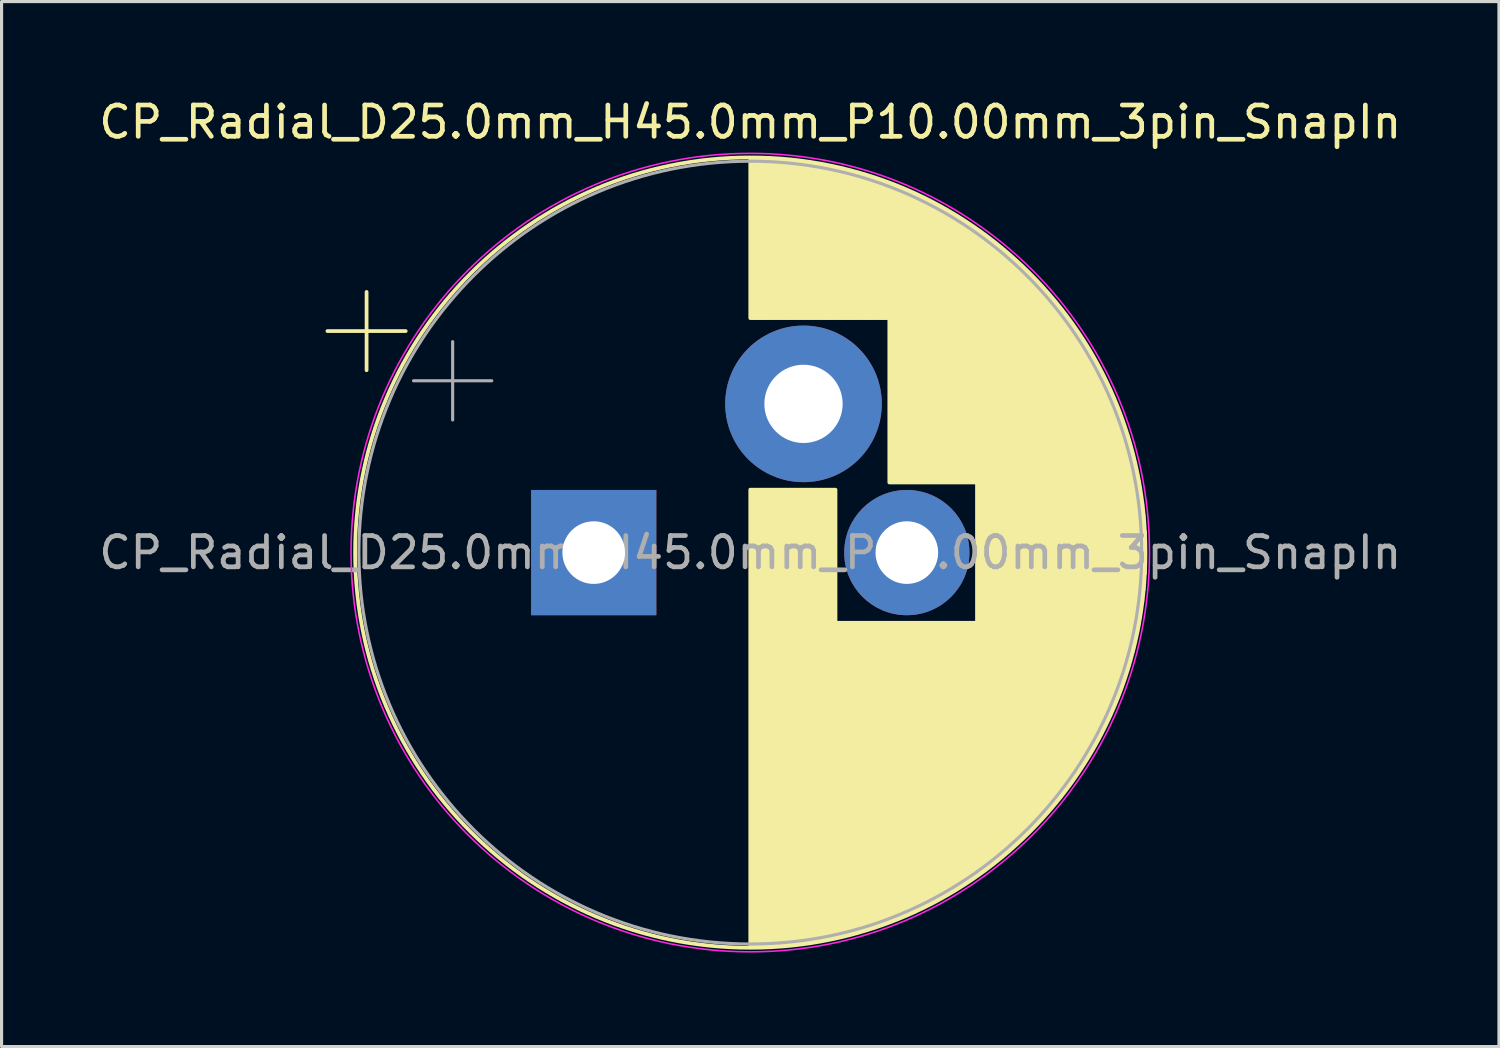
<source format=kicad_pcb>
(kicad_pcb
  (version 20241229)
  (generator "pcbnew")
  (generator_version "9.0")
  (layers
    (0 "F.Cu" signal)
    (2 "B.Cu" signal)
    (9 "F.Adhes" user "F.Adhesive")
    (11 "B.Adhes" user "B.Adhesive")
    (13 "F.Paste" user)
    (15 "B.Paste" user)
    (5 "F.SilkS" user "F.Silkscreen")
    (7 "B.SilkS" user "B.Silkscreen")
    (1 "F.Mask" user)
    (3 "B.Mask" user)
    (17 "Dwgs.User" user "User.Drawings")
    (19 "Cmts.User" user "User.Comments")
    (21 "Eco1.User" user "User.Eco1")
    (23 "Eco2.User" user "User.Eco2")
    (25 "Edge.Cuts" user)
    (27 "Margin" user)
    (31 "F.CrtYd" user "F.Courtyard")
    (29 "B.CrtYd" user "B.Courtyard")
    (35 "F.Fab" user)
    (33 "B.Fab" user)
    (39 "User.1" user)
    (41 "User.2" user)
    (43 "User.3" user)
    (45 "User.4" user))
  (footprint "CP_Radial_D25.0mm_H45.0mm_P10.00mm_3pin_SnapIn"
    (layer "F.Cu")
    (at 15.911 14.598)
    (property "Reference" "CP_Radial_D25.0mm_H45.0mm_P10.00mm_3pin_SnapIn" (at 5 -13.75 0) (layer "F.SilkS") (effects (font (size 1 1) (thickness 0.15))))
    (attr through_hole)
    (fp_line (start -8.504 -7.075) (end -6.004 -7.075) (stroke (width 0.12) (type solid)) (layer "F.SilkS"))
    (fp_line (start -7.254 -8.325) (end -7.254 -5.825) (stroke (width 0.12) (type solid)) (layer "F.SilkS"))
    (fp_line (start 5 -12.581) (end 5 -7.49) (stroke (width 0.12) (type solid)) (layer "F.SilkS"))
    (fp_line (start 5 -2.01) (end 5 12.581) (stroke (width 0.12) (type solid)) (layer "F.SilkS"))
    (fp_line (start 5.04 -12.58) (end 5.04 -7.49) (stroke (width 0.12) (type solid)) (layer "F.SilkS"))
    (fp_line (start 5.04 -2.01) (end 5.04 12.58) (stroke (width 0.12) (type solid)) (layer "F.SilkS"))
    (fp_line (start 5.08 -12.58) (end 5.08 -7.49) (stroke (width 0.12) (type solid)) (layer "F.SilkS"))
    (fp_line (start 5.08 -2.01) (end 5.08 12.58) (stroke (width 0.12) (type solid)) (layer "F.SilkS"))
    (fp_line (start 5.12 -12.58) (end 5.12 -7.49) (stroke (width 0.12) (type solid)) (layer "F.SilkS"))
    (fp_line (start 5.12 -2.01) (end 5.12 12.58) (stroke (width 0.12) (type solid)) (layer "F.SilkS"))
    (fp_line (start 5.16 -12.579) (end 5.16 -7.49) (stroke (width 0.12) (type solid)) (layer "F.SilkS"))
    (fp_line (start 5.16 -2.01) (end 5.16 12.579) (stroke (width 0.12) (type solid)) (layer "F.SilkS"))
    (fp_line (start 5.2 -12.579) (end 5.2 -7.49) (stroke (width 0.12) (type solid)) (layer "F.SilkS"))
    (fp_line (start 5.2 -2.01) (end 5.2 12.579) (stroke (width 0.12) (type solid)) (layer "F.SilkS"))
    (fp_line (start 5.24 -12.578) (end 5.24 -7.49) (stroke (width 0.12) (type solid)) (layer "F.SilkS"))
    (fp_line (start 5.24 -2.01) (end 5.24 12.578) (stroke (width 0.12) (type solid)) (layer "F.SilkS"))
    (fp_line (start 5.28 -12.577) (end 5.28 -7.49) (stroke (width 0.12) (type solid)) (layer "F.SilkS"))
    (fp_line (start 5.28 -2.01) (end 5.28 12.577) (stroke (width 0.12) (type solid)) (layer "F.SilkS"))
    (fp_line (start 5.32 -12.576) (end 5.32 -7.49) (stroke (width 0.12) (type solid)) (layer "F.SilkS"))
    (fp_line (start 5.32 -2.01) (end 5.32 12.576) (stroke (width 0.12) (type solid)) (layer "F.SilkS"))
    (fp_line (start 5.36 -12.575) (end 5.36 -7.49) (stroke (width 0.12) (type solid)) (layer "F.SilkS"))
    (fp_line (start 5.36 -2.01) (end 5.36 12.575) (stroke (width 0.12) (type solid)) (layer "F.SilkS"))
    (fp_line (start 5.4 -12.574) (end 5.4 -7.49) (stroke (width 0.12) (type solid)) (layer "F.SilkS"))
    (fp_line (start 5.4 -2.01) (end 5.4 12.574) (stroke (width 0.12) (type solid)) (layer "F.SilkS"))
    (fp_line (start 5.44 -12.573) (end 5.44 -7.49) (stroke (width 0.12) (type solid)) (layer "F.SilkS"))
    (fp_line (start 5.44 -2.01) (end 5.44 12.573) (stroke (width 0.12) (type solid)) (layer "F.SilkS"))
    (fp_line (start 5.48 -12.571) (end 5.48 -7.49) (stroke (width 0.12) (type solid)) (layer "F.SilkS"))
    (fp_line (start 5.48 -2.01) (end 5.48 12.571) (stroke (width 0.12) (type solid)) (layer "F.SilkS"))
    (fp_line (start 5.52 -12.57) (end 5.52 -7.49) (stroke (width 0.12) (type solid)) (layer "F.SilkS"))
    (fp_line (start 5.52 -2.01) (end 5.52 12.57) (stroke (width 0.12) (type solid)) (layer "F.SilkS"))
    (fp_line (start 5.56 -12.568) (end 5.56 -7.49) (stroke (width 0.12) (type solid)) (layer "F.SilkS"))
    (fp_line (start 5.56 -2.01) (end 5.56 12.568) (stroke (width 0.12) (type solid)) (layer "F.SilkS"))
    (fp_line (start 5.6 -12.566) (end 5.6 -7.49) (stroke (width 0.12) (type solid)) (layer "F.SilkS"))
    (fp_line (start 5.6 -2.01) (end 5.6 12.566) (stroke (width 0.12) (type solid)) (layer "F.SilkS"))
    (fp_line (start 5.64 -12.564) (end 5.64 -7.49) (stroke (width 0.12) (type solid)) (layer "F.SilkS"))
    (fp_line (start 5.64 -2.01) (end 5.64 12.564) (stroke (width 0.12) (type solid)) (layer "F.SilkS"))
    (fp_line (start 5.68 -12.562) (end 5.68 -7.49) (stroke (width 0.12) (type solid)) (layer "F.SilkS"))
    (fp_line (start 5.68 -2.01) (end 5.68 12.562) (stroke (width 0.12) (type solid)) (layer "F.SilkS"))
    (fp_line (start 5.721 -12.56) (end 5.721 -7.49) (stroke (width 0.12) (type solid)) (layer "F.SilkS"))
    (fp_line (start 5.721 -2.01) (end 5.721 12.56) (stroke (width 0.12) (type solid)) (layer "F.SilkS"))
    (fp_line (start 5.761 -12.558) (end 5.761 -7.49) (stroke (width 0.12) (type solid)) (layer "F.SilkS"))
    (fp_line (start 5.761 -2.01) (end 5.761 12.558) (stroke (width 0.12) (type solid)) (layer "F.SilkS"))
    (fp_line (start 5.801 -12.555) (end 5.801 -7.49) (stroke (width 0.12) (type solid)) (layer "F.SilkS"))
    (fp_line (start 5.801 -2.01) (end 5.801 12.555) (stroke (width 0.12) (type solid)) (layer "F.SilkS"))
    (fp_line (start 5.841 -12.553) (end 5.841 -7.49) (stroke (width 0.12) (type solid)) (layer "F.SilkS"))
    (fp_line (start 5.841 -2.01) (end 5.841 12.553) (stroke (width 0.12) (type solid)) (layer "F.SilkS"))
    (fp_line (start 5.881 -12.55) (end 5.881 -7.49) (stroke (width 0.12) (type solid)) (layer "F.SilkS"))
    (fp_line (start 5.881 -2.01) (end 5.881 12.55) (stroke (width 0.12) (type solid)) (layer "F.SilkS"))
    (fp_line (start 5.921 -12.547) (end 5.921 -7.49) (stroke (width 0.12) (type solid)) (layer "F.SilkS"))
    (fp_line (start 5.921 -2.01) (end 5.921 12.547) (stroke (width 0.12) (type solid)) (layer "F.SilkS"))
    (fp_line (start 5.961 -12.544) (end 5.961 -7.49) (stroke (width 0.12) (type solid)) (layer "F.SilkS"))
    (fp_line (start 5.961 -2.01) (end 5.961 12.544) (stroke (width 0.12) (type solid)) (layer "F.SilkS"))
    (fp_line (start 6.001 -12.541) (end 6.001 -7.49) (stroke (width 0.12) (type solid)) (layer "F.SilkS"))
    (fp_line (start 6.001 -2.01) (end 6.001 12.541) (stroke (width 0.12) (type solid)) (layer "F.SilkS"))
    (fp_line (start 6.041 -12.538) (end 6.041 -7.49) (stroke (width 0.12) (type solid)) (layer "F.SilkS"))
    (fp_line (start 6.041 -2.01) (end 6.041 12.538) (stroke (width 0.12) (type solid)) (layer "F.SilkS"))
    (fp_line (start 6.081 -12.534) (end 6.081 -7.49) (stroke (width 0.12) (type solid)) (layer "F.SilkS"))
    (fp_line (start 6.081 -2.01) (end 6.081 12.534) (stroke (width 0.12) (type solid)) (layer "F.SilkS"))
    (fp_line (start 6.121 -12.531) (end 6.121 -7.49) (stroke (width 0.12) (type solid)) (layer "F.SilkS"))
    (fp_line (start 6.121 -2.01) (end 6.121 12.531) (stroke (width 0.12) (type solid)) (layer "F.SilkS"))
    (fp_line (start 6.161 -12.527) (end 6.161 -7.49) (stroke (width 0.12) (type solid)) (layer "F.SilkS"))
    (fp_line (start 6.161 -2.01) (end 6.161 12.527) (stroke (width 0.12) (type solid)) (layer "F.SilkS"))
    (fp_line (start 6.201 -12.523) (end 6.201 -7.49) (stroke (width 0.12) (type solid)) (layer "F.SilkS"))
    (fp_line (start 6.201 -2.01) (end 6.201 12.523) (stroke (width 0.12) (type solid)) (layer "F.SilkS"))
    (fp_line (start 6.241 -12.519) (end 6.241 -7.49) (stroke (width 0.12) (type solid)) (layer "F.SilkS"))
    (fp_line (start 6.241 -2.01) (end 6.241 12.519) (stroke (width 0.12) (type solid)) (layer "F.SilkS"))
    (fp_line (start 6.281 -12.515) (end 6.281 -7.49) (stroke (width 0.12) (type solid)) (layer "F.SilkS"))
    (fp_line (start 6.281 -2.01) (end 6.281 12.515) (stroke (width 0.12) (type solid)) (layer "F.SilkS"))
    (fp_line (start 6.321 -12.511) (end 6.321 -7.49) (stroke (width 0.12) (type solid)) (layer "F.SilkS"))
    (fp_line (start 6.321 -2.01) (end 6.321 12.511) (stroke (width 0.12) (type solid)) (layer "F.SilkS"))
    (fp_line (start 6.361 -12.507) (end 6.361 -7.49) (stroke (width 0.12) (type solid)) (layer "F.SilkS"))
    (fp_line (start 6.361 -2.01) (end 6.361 12.507) (stroke (width 0.12) (type solid)) (layer "F.SilkS"))
    (fp_line (start 6.401 -12.503) (end 6.401 -7.49) (stroke (width 0.12) (type solid)) (layer "F.SilkS"))
    (fp_line (start 6.401 -2.01) (end 6.401 12.503) (stroke (width 0.12) (type solid)) (layer "F.SilkS"))
    (fp_line (start 6.441 -12.498) (end 6.441 -7.49) (stroke (width 0.12) (type solid)) (layer "F.SilkS"))
    (fp_line (start 6.441 -2.01) (end 6.441 12.498) (stroke (width 0.12) (type solid)) (layer "F.SilkS"))
    (fp_line (start 6.481 -12.493) (end 6.481 -7.49) (stroke (width 0.12) (type solid)) (layer "F.SilkS"))
    (fp_line (start 6.481 -2.01) (end 6.481 12.493) (stroke (width 0.12) (type solid)) (layer "F.SilkS"))
    (fp_line (start 6.521 -12.489) (end 6.521 -7.49) (stroke (width 0.12) (type solid)) (layer "F.SilkS"))
    (fp_line (start 6.521 -2.01) (end 6.521 12.489) (stroke (width 0.12) (type solid)) (layer "F.SilkS"))
    (fp_line (start 6.561 -12.484) (end 6.561 -7.49) (stroke (width 0.12) (type solid)) (layer "F.SilkS"))
    (fp_line (start 6.561 -2.01) (end 6.561 12.484) (stroke (width 0.12) (type solid)) (layer "F.SilkS"))
    (fp_line (start 6.601 -12.479) (end 6.601 -7.49) (stroke (width 0.12) (type solid)) (layer "F.SilkS"))
    (fp_line (start 6.601 -2.01) (end 6.601 12.479) (stroke (width 0.12) (type solid)) (layer "F.SilkS"))
    (fp_line (start 6.641 -12.473) (end 6.641 -7.49) (stroke (width 0.12) (type solid)) (layer "F.SilkS"))
    (fp_line (start 6.641 -2.01) (end 6.641 12.473) (stroke (width 0.12) (type solid)) (layer "F.SilkS"))
    (fp_line (start 6.681 -12.468) (end 6.681 -7.49) (stroke (width 0.12) (type solid)) (layer "F.SilkS"))
    (fp_line (start 6.681 -2.01) (end 6.681 12.468) (stroke (width 0.12) (type solid)) (layer "F.SilkS"))
    (fp_line (start 6.721 -12.463) (end 6.721 -7.49) (stroke (width 0.12) (type solid)) (layer "F.SilkS"))
    (fp_line (start 6.721 -2.01) (end 6.721 12.463) (stroke (width 0.12) (type solid)) (layer "F.SilkS"))
    (fp_line (start 6.761 -12.457) (end 6.761 -7.49) (stroke (width 0.12) (type solid)) (layer "F.SilkS"))
    (fp_line (start 6.761 -2.01) (end 6.761 12.457) (stroke (width 0.12) (type solid)) (layer "F.SilkS"))
    (fp_line (start 6.801 -12.451) (end 6.801 -7.49) (stroke (width 0.12) (type solid)) (layer "F.SilkS"))
    (fp_line (start 6.801 -2.01) (end 6.801 12.451) (stroke (width 0.12) (type solid)) (layer "F.SilkS"))
    (fp_line (start 6.841 -12.446) (end 6.841 -7.49) (stroke (width 0.12) (type solid)) (layer "F.SilkS"))
    (fp_line (start 6.841 -2.01) (end 6.841 12.446) (stroke (width 0.12) (type solid)) (layer "F.SilkS"))
    (fp_line (start 6.881 -12.44) (end 6.881 -7.49) (stroke (width 0.12) (type solid)) (layer "F.SilkS"))
    (fp_line (start 6.881 -2.01) (end 6.881 12.44) (stroke (width 0.12) (type solid)) (layer "F.SilkS"))
    (fp_line (start 6.921 -12.434) (end 6.921 -7.49) (stroke (width 0.12) (type solid)) (layer "F.SilkS"))
    (fp_line (start 6.921 -2.01) (end 6.921 12.434) (stroke (width 0.12) (type solid)) (layer "F.SilkS"))
    (fp_line (start 6.961 -12.427) (end 6.961 -7.49) (stroke (width 0.12) (type solid)) (layer "F.SilkS"))
    (fp_line (start 6.961 -2.01) (end 6.961 12.427) (stroke (width 0.12) (type solid)) (layer "F.SilkS"))
    (fp_line (start 7.001 -12.421) (end 7.001 -7.49) (stroke (width 0.12) (type solid)) (layer "F.SilkS"))
    (fp_line (start 7.001 -2.01) (end 7.001 12.421) (stroke (width 0.12) (type solid)) (layer "F.SilkS"))
    (fp_line (start 7.041 -12.415) (end 7.041 -7.49) (stroke (width 0.12) (type solid)) (layer "F.SilkS"))
    (fp_line (start 7.041 -2.01) (end 7.041 12.415) (stroke (width 0.12) (type solid)) (layer "F.SilkS"))
    (fp_line (start 7.081 -12.408) (end 7.081 -7.49) (stroke (width 0.12) (type solid)) (layer "F.SilkS"))
    (fp_line (start 7.081 -2.01) (end 7.081 12.408) (stroke (width 0.12) (type solid)) (layer "F.SilkS"))
    (fp_line (start 7.121 -12.401) (end 7.121 -7.49) (stroke (width 0.12) (type solid)) (layer "F.SilkS"))
    (fp_line (start 7.121 -2.01) (end 7.121 12.401) (stroke (width 0.12) (type solid)) (layer "F.SilkS"))
    (fp_line (start 7.161 -12.394) (end 7.161 -7.49) (stroke (width 0.12) (type solid)) (layer "F.SilkS"))
    (fp_line (start 7.161 -2.01) (end 7.161 12.394) (stroke (width 0.12) (type solid)) (layer "F.SilkS"))
    (fp_line (start 7.201 -12.387) (end 7.201 -7.49) (stroke (width 0.12) (type solid)) (layer "F.SilkS"))
    (fp_line (start 7.201 -2.01) (end 7.201 12.387) (stroke (width 0.12) (type solid)) (layer "F.SilkS"))
    (fp_line (start 7.241 -12.38) (end 7.241 -7.49) (stroke (width 0.12) (type solid)) (layer "F.SilkS"))
    (fp_line (start 7.241 -2.01) (end 7.241 12.38) (stroke (width 0.12) (type solid)) (layer "F.SilkS"))
    (fp_line (start 7.281 -12.373) (end 7.281 -7.49) (stroke (width 0.12) (type solid)) (layer "F.SilkS"))
    (fp_line (start 7.281 -2.01) (end 7.281 12.373) (stroke (width 0.12) (type solid)) (layer "F.SilkS"))
    (fp_line (start 7.321 -12.365) (end 7.321 -7.49) (stroke (width 0.12) (type solid)) (layer "F.SilkS"))
    (fp_line (start 7.321 -2.01) (end 7.321 12.365) (stroke (width 0.12) (type solid)) (layer "F.SilkS"))
    (fp_line (start 7.361 -12.358) (end 7.361 -7.49) (stroke (width 0.12) (type solid)) (layer "F.SilkS"))
    (fp_line (start 7.361 -2.01) (end 7.361 12.358) (stroke (width 0.12) (type solid)) (layer "F.SilkS"))
    (fp_line (start 7.401 -12.35) (end 7.401 -7.49) (stroke (width 0.12) (type solid)) (layer "F.SilkS"))
    (fp_line (start 7.401 -2.01) (end 7.401 12.35) (stroke (width 0.12) (type solid)) (layer "F.SilkS"))
    (fp_line (start 7.441 -12.342) (end 7.441 -7.49) (stroke (width 0.12) (type solid)) (layer "F.SilkS"))
    (fp_line (start 7.441 -2.01) (end 7.441 12.342) (stroke (width 0.12) (type solid)) (layer "F.SilkS"))
    (fp_line (start 7.481 -12.334) (end 7.481 -7.49) (stroke (width 0.12) (type solid)) (layer "F.SilkS"))
    (fp_line (start 7.481 -2.01) (end 7.481 12.334) (stroke (width 0.12) (type solid)) (layer "F.SilkS"))
    (fp_line (start 7.521 -12.326) (end 7.521 -7.49) (stroke (width 0.12) (type solid)) (layer "F.SilkS"))
    (fp_line (start 7.521 -2.01) (end 7.521 12.326) (stroke (width 0.12) (type solid)) (layer "F.SilkS"))
    (fp_line (start 7.561 -12.318) (end 7.561 -7.49) (stroke (width 0.12) (type solid)) (layer "F.SilkS"))
    (fp_line (start 7.561 -2.01) (end 7.561 12.318) (stroke (width 0.12) (type solid)) (layer "F.SilkS"))
    (fp_line (start 7.601 -12.31) (end 7.601 -7.49) (stroke (width 0.12) (type solid)) (layer "F.SilkS"))
    (fp_line (start 7.601 -2.01) (end 7.601 12.31) (stroke (width 0.12) (type solid)) (layer "F.SilkS"))
    (fp_line (start 7.641 -12.301) (end 7.641 -7.49) (stroke (width 0.12) (type solid)) (layer "F.SilkS"))
    (fp_line (start 7.641 -2.01) (end 7.641 12.301) (stroke (width 0.12) (type solid)) (layer "F.SilkS"))
    (fp_line (start 7.681 -12.293) (end 7.681 -7.49) (stroke (width 0.12) (type solid)) (layer "F.SilkS"))
    (fp_line (start 7.681 -2.01) (end 7.681 12.293) (stroke (width 0.12) (type solid)) (layer "F.SilkS"))
    (fp_line (start 7.721 -12.284) (end 7.721 -7.49) (stroke (width 0.12) (type solid)) (layer "F.SilkS"))
    (fp_line (start 7.721 -2.01) (end 7.721 12.284) (stroke (width 0.12) (type solid)) (layer "F.SilkS"))
    (fp_line (start 7.761 -12.275) (end 7.761 -7.49) (stroke (width 0.12) (type solid)) (layer "F.SilkS"))
    (fp_line (start 7.761 2.24) (end 7.761 12.275) (stroke (width 0.12) (type solid)) (layer "F.SilkS"))
    (fp_line (start 7.801 -12.266) (end 7.801 -7.49) (stroke (width 0.12) (type solid)) (layer "F.SilkS"))
    (fp_line (start 7.801 2.24) (end 7.801 12.266) (stroke (width 0.12) (type solid)) (layer "F.SilkS"))
    (fp_line (start 7.841 -12.257) (end 7.841 -7.49) (stroke (width 0.12) (type solid)) (layer "F.SilkS"))
    (fp_line (start 7.841 2.24) (end 7.841 12.257) (stroke (width 0.12) (type solid)) (layer "F.SilkS"))
    (fp_line (start 7.881 -12.247) (end 7.881 -7.49) (stroke (width 0.12) (type solid)) (layer "F.SilkS"))
    (fp_line (start 7.881 2.24) (end 7.881 12.247) (stroke (width 0.12) (type solid)) (layer "F.SilkS"))
    (fp_line (start 7.921 -12.238) (end 7.921 -7.49) (stroke (width 0.12) (type solid)) (layer "F.SilkS"))
    (fp_line (start 7.921 2.24) (end 7.921 12.238) (stroke (width 0.12) (type solid)) (layer "F.SilkS"))
    (fp_line (start 7.961 -12.228) (end 7.961 -7.49) (stroke (width 0.12) (type solid)) (layer "F.SilkS"))
    (fp_line (start 7.961 2.24) (end 7.961 12.228) (stroke (width 0.12) (type solid)) (layer "F.SilkS"))
    (fp_line (start 8.001 -12.219) (end 8.001 -7.49) (stroke (width 0.12) (type solid)) (layer "F.SilkS"))
    (fp_line (start 8.001 2.24) (end 8.001 12.219) (stroke (width 0.12) (type solid)) (layer "F.SilkS"))
    (fp_line (start 8.041 -12.209) (end 8.041 -7.49) (stroke (width 0.12) (type solid)) (layer "F.SilkS"))
    (fp_line (start 8.041 2.24) (end 8.041 12.209) (stroke (width 0.12) (type solid)) (layer "F.SilkS"))
    (fp_line (start 8.081 -12.199) (end 8.081 -7.49) (stroke (width 0.12) (type solid)) (layer "F.SilkS"))
    (fp_line (start 8.081 2.24) (end 8.081 12.199) (stroke (width 0.12) (type solid)) (layer "F.SilkS"))
    (fp_line (start 8.121 -12.189) (end 8.121 -7.49) (stroke (width 0.12) (type solid)) (layer "F.SilkS"))
    (fp_line (start 8.121 2.24) (end 8.121 12.189) (stroke (width 0.12) (type solid)) (layer "F.SilkS"))
    (fp_line (start 8.161 -12.178) (end 8.161 -7.49) (stroke (width 0.12) (type solid)) (layer "F.SilkS"))
    (fp_line (start 8.161 2.24) (end 8.161 12.178) (stroke (width 0.12) (type solid)) (layer "F.SilkS"))
    (fp_line (start 8.201 -12.168) (end 8.201 -7.49) (stroke (width 0.12) (type solid)) (layer "F.SilkS"))
    (fp_line (start 8.201 2.24) (end 8.201 12.168) (stroke (width 0.12) (type solid)) (layer "F.SilkS"))
    (fp_line (start 8.241 -12.157) (end 8.241 -7.49) (stroke (width 0.12) (type solid)) (layer "F.SilkS"))
    (fp_line (start 8.241 2.24) (end 8.241 12.157) (stroke (width 0.12) (type solid)) (layer "F.SilkS"))
    (fp_line (start 8.281 -12.147) (end 8.281 -7.49) (stroke (width 0.12) (type solid)) (layer "F.SilkS"))
    (fp_line (start 8.281 2.24) (end 8.281 12.147) (stroke (width 0.12) (type solid)) (layer "F.SilkS"))
    (fp_line (start 8.321 -12.136) (end 8.321 -7.49) (stroke (width 0.12) (type solid)) (layer "F.SilkS"))
    (fp_line (start 8.321 2.24) (end 8.321 12.136) (stroke (width 0.12) (type solid)) (layer "F.SilkS"))
    (fp_line (start 8.361 -12.125) (end 8.361 -7.49) (stroke (width 0.12) (type solid)) (layer "F.SilkS"))
    (fp_line (start 8.361 2.24) (end 8.361 12.125) (stroke (width 0.12) (type solid)) (layer "F.SilkS"))
    (fp_line (start 8.401 -12.114) (end 8.401 -7.49) (stroke (width 0.12) (type solid)) (layer "F.SilkS"))
    (fp_line (start 8.401 2.24) (end 8.401 12.114) (stroke (width 0.12) (type solid)) (layer "F.SilkS"))
    (fp_line (start 8.441 -12.103) (end 8.441 -7.49) (stroke (width 0.12) (type solid)) (layer "F.SilkS"))
    (fp_line (start 8.441 2.24) (end 8.441 12.103) (stroke (width 0.12) (type solid)) (layer "F.SilkS"))
    (fp_line (start 8.481 -12.091) (end 8.481 -7.49) (stroke (width 0.12) (type solid)) (layer "F.SilkS"))
    (fp_line (start 8.481 2.24) (end 8.481 12.091) (stroke (width 0.12) (type solid)) (layer "F.SilkS"))
    (fp_line (start 8.521 -12.08) (end 8.521 -7.49) (stroke (width 0.12) (type solid)) (layer "F.SilkS"))
    (fp_line (start 8.521 2.24) (end 8.521 12.08) (stroke (width 0.12) (type solid)) (layer "F.SilkS"))
    (fp_line (start 8.561 -12.068) (end 8.561 -7.49) (stroke (width 0.12) (type solid)) (layer "F.SilkS"))
    (fp_line (start 8.561 2.24) (end 8.561 12.068) (stroke (width 0.12) (type solid)) (layer "F.SilkS"))
    (fp_line (start 8.601 -12.056) (end 8.601 -7.49) (stroke (width 0.12) (type solid)) (layer "F.SilkS"))
    (fp_line (start 8.601 2.24) (end 8.601 12.056) (stroke (width 0.12) (type solid)) (layer "F.SilkS"))
    (fp_line (start 8.641 -12.044) (end 8.641 -7.49) (stroke (width 0.12) (type solid)) (layer "F.SilkS"))
    (fp_line (start 8.641 2.24) (end 8.641 12.044) (stroke (width 0.12) (type solid)) (layer "F.SilkS"))
    (fp_line (start 8.681 -12.032) (end 8.681 -7.49) (stroke (width 0.12) (type solid)) (layer "F.SilkS"))
    (fp_line (start 8.681 2.24) (end 8.681 12.032) (stroke (width 0.12) (type solid)) (layer "F.SilkS"))
    (fp_line (start 8.721 -12.02) (end 8.721 -7.49) (stroke (width 0.12) (type solid)) (layer "F.SilkS"))
    (fp_line (start 8.721 2.24) (end 8.721 12.02) (stroke (width 0.12) (type solid)) (layer "F.SilkS"))
    (fp_line (start 8.761 -12.007) (end 8.761 -7.49) (stroke (width 0.12) (type solid)) (layer "F.SilkS"))
    (fp_line (start 8.761 2.24) (end 8.761 12.007) (stroke (width 0.12) (type solid)) (layer "F.SilkS"))
    (fp_line (start 8.801 -11.995) (end 8.801 -7.49) (stroke (width 0.12) (type solid)) (layer "F.SilkS"))
    (fp_line (start 8.801 2.24) (end 8.801 11.995) (stroke (width 0.12) (type solid)) (layer "F.SilkS"))
    (fp_line (start 8.841 -11.982) (end 8.841 -7.49) (stroke (width 0.12) (type solid)) (layer "F.SilkS"))
    (fp_line (start 8.841 2.24) (end 8.841 11.982) (stroke (width 0.12) (type solid)) (layer "F.SilkS"))
    (fp_line (start 8.881 -11.969) (end 8.881 -7.49) (stroke (width 0.12) (type solid)) (layer "F.SilkS"))
    (fp_line (start 8.881 2.24) (end 8.881 11.969) (stroke (width 0.12) (type solid)) (layer "F.SilkS"))
    (fp_line (start 8.921 -11.956) (end 8.921 -7.49) (stroke (width 0.12) (type solid)) (layer "F.SilkS"))
    (fp_line (start 8.921 2.24) (end 8.921 11.956) (stroke (width 0.12) (type solid)) (layer "F.SilkS"))
    (fp_line (start 8.961 -11.943) (end 8.961 -7.49) (stroke (width 0.12) (type solid)) (layer "F.SilkS"))
    (fp_line (start 8.961 2.24) (end 8.961 11.943) (stroke (width 0.12) (type solid)) (layer "F.SilkS"))
    (fp_line (start 9.001 -11.93) (end 9.001 -7.49) (stroke (width 0.12) (type solid)) (layer "F.SilkS"))
    (fp_line (start 9.001 2.24) (end 9.001 11.93) (stroke (width 0.12) (type solid)) (layer "F.SilkS"))
    (fp_line (start 9.041 -11.916) (end 9.041 -7.49) (stroke (width 0.12) (type solid)) (layer "F.SilkS"))
    (fp_line (start 9.041 2.24) (end 9.041 11.916) (stroke (width 0.12) (type solid)) (layer "F.SilkS"))
    (fp_line (start 9.081 -11.903) (end 9.081 -7.49) (stroke (width 0.12) (type solid)) (layer "F.SilkS"))
    (fp_line (start 9.081 2.24) (end 9.081 11.903) (stroke (width 0.12) (type solid)) (layer "F.SilkS"))
    (fp_line (start 9.121 -11.889) (end 9.121 -7.49) (stroke (width 0.12) (type solid)) (layer "F.SilkS"))
    (fp_line (start 9.121 2.24) (end 9.121 11.889) (stroke (width 0.12) (type solid)) (layer "F.SilkS"))
    (fp_line (start 9.161 -11.875) (end 9.161 -7.49) (stroke (width 0.12) (type solid)) (layer "F.SilkS"))
    (fp_line (start 9.161 2.24) (end 9.161 11.875) (stroke (width 0.12) (type solid)) (layer "F.SilkS"))
    (fp_line (start 9.201 -11.861) (end 9.201 -7.49) (stroke (width 0.12) (type solid)) (layer "F.SilkS"))
    (fp_line (start 9.201 2.24) (end 9.201 11.861) (stroke (width 0.12) (type solid)) (layer "F.SilkS"))
    (fp_line (start 9.241 -11.847) (end 9.241 -7.49) (stroke (width 0.12) (type solid)) (layer "F.SilkS"))
    (fp_line (start 9.241 2.24) (end 9.241 11.847) (stroke (width 0.12) (type solid)) (layer "F.SilkS"))
    (fp_line (start 9.281 -11.833) (end 9.281 -7.49) (stroke (width 0.12) (type solid)) (layer "F.SilkS"))
    (fp_line (start 9.281 2.24) (end 9.281 11.833) (stroke (width 0.12) (type solid)) (layer "F.SilkS"))
    (fp_line (start 9.321 -11.818) (end 9.321 -7.49) (stroke (width 0.12) (type solid)) (layer "F.SilkS"))
    (fp_line (start 9.321 2.24) (end 9.321 11.818) (stroke (width 0.12) (type solid)) (layer "F.SilkS"))
    (fp_line (start 9.361 -11.803) (end 9.361 -7.49) (stroke (width 0.12) (type solid)) (layer "F.SilkS"))
    (fp_line (start 9.361 2.24) (end 9.361 11.803) (stroke (width 0.12) (type solid)) (layer "F.SilkS"))
    (fp_line (start 9.401 -11.789) (end 9.401 -7.49) (stroke (width 0.12) (type solid)) (layer "F.SilkS"))
    (fp_line (start 9.401 2.24) (end 9.401 11.789) (stroke (width 0.12) (type solid)) (layer "F.SilkS"))
    (fp_line (start 9.441 -11.774) (end 9.441 -2.24) (stroke (width 0.12) (type solid)) (layer "F.SilkS"))
    (fp_line (start 9.441 2.24) (end 9.441 11.774) (stroke (width 0.12) (type solid)) (layer "F.SilkS"))
    (fp_line (start 9.481 -11.759) (end 9.481 -2.24) (stroke (width 0.12) (type solid)) (layer "F.SilkS"))
    (fp_line (start 9.481 2.24) (end 9.481 11.759) (stroke (width 0.12) (type solid)) (layer "F.SilkS"))
    (fp_line (start 9.521 -11.743) (end 9.521 -2.24) (stroke (width 0.12) (type solid)) (layer "F.SilkS"))
    (fp_line (start 9.521 2.24) (end 9.521 11.743) (stroke (width 0.12) (type solid)) (layer "F.SilkS"))
    (fp_line (start 9.561 -11.728) (end 9.561 -2.24) (stroke (width 0.12) (type solid)) (layer "F.SilkS"))
    (fp_line (start 9.561 2.24) (end 9.561 11.728) (stroke (width 0.12) (type solid)) (layer "F.SilkS"))
    (fp_line (start 9.601 -11.712) (end 9.601 -2.24) (stroke (width 0.12) (type solid)) (layer "F.SilkS"))
    (fp_line (start 9.601 2.24) (end 9.601 11.712) (stroke (width 0.12) (type solid)) (layer "F.SilkS"))
    (fp_line (start 9.641 -11.697) (end 9.641 -2.24) (stroke (width 0.12) (type solid)) (layer "F.SilkS"))
    (fp_line (start 9.641 2.24) (end 9.641 11.697) (stroke (width 0.12) (type solid)) (layer "F.SilkS"))
    (fp_line (start 9.681 -11.681) (end 9.681 -2.24) (stroke (width 0.12) (type solid)) (layer "F.SilkS"))
    (fp_line (start 9.681 2.24) (end 9.681 11.681) (stroke (width 0.12) (type solid)) (layer "F.SilkS"))
    (fp_line (start 9.721 -11.665) (end 9.721 -2.24) (stroke (width 0.12) (type solid)) (layer "F.SilkS"))
    (fp_line (start 9.721 2.24) (end 9.721 11.665) (stroke (width 0.12) (type solid)) (layer "F.SilkS"))
    (fp_line (start 9.761 -11.648) (end 9.761 -2.24) (stroke (width 0.12) (type solid)) (layer "F.SilkS"))
    (fp_line (start 9.761 2.24) (end 9.761 11.648) (stroke (width 0.12) (type solid)) (layer "F.SilkS"))
    (fp_line (start 9.801 -11.632) (end 9.801 -2.24) (stroke (width 0.12) (type solid)) (layer "F.SilkS"))
    (fp_line (start 9.801 2.24) (end 9.801 11.632) (stroke (width 0.12) (type solid)) (layer "F.SilkS"))
    (fp_line (start 9.841 -11.615) (end 9.841 -2.24) (stroke (width 0.12) (type solid)) (layer "F.SilkS"))
    (fp_line (start 9.841 2.24) (end 9.841 11.615) (stroke (width 0.12) (type solid)) (layer "F.SilkS"))
    (fp_line (start 9.881 -11.599) (end 9.881 -2.24) (stroke (width 0.12) (type solid)) (layer "F.SilkS"))
    (fp_line (start 9.881 2.24) (end 9.881 11.599) (stroke (width 0.12) (type solid)) (layer "F.SilkS"))
    (fp_line (start 9.921 -11.582) (end 9.921 -2.24) (stroke (width 0.12) (type solid)) (layer "F.SilkS"))
    (fp_line (start 9.921 2.24) (end 9.921 11.582) (stroke (width 0.12) (type solid)) (layer "F.SilkS"))
    (fp_line (start 9.961 -11.565) (end 9.961 -2.24) (stroke (width 0.12) (type solid)) (layer "F.SilkS"))
    (fp_line (start 9.961 2.24) (end 9.961 11.565) (stroke (width 0.12) (type solid)) (layer "F.SilkS"))
    (fp_line (start 10.001 -11.548) (end 10.001 -2.24) (stroke (width 0.12) (type solid)) (layer "F.SilkS"))
    (fp_line (start 10.001 2.24) (end 10.001 11.548) (stroke (width 0.12) (type solid)) (layer "F.SilkS"))
    (fp_line (start 10.041 -11.53) (end 10.041 -2.24) (stroke (width 0.12) (type solid)) (layer "F.SilkS"))
    (fp_line (start 10.041 2.24) (end 10.041 11.53) (stroke (width 0.12) (type solid)) (layer "F.SilkS"))
    (fp_line (start 10.081 -11.513) (end 10.081 -2.24) (stroke (width 0.12) (type solid)) (layer "F.SilkS"))
    (fp_line (start 10.081 2.24) (end 10.081 11.513) (stroke (width 0.12) (type solid)) (layer "F.SilkS"))
    (fp_line (start 10.121 -11.495) (end 10.121 -2.24) (stroke (width 0.12) (type solid)) (layer "F.SilkS"))
    (fp_line (start 10.121 2.24) (end 10.121 11.495) (stroke (width 0.12) (type solid)) (layer "F.SilkS"))
    (fp_line (start 10.161 -11.477) (end 10.161 -2.24) (stroke (width 0.12) (type solid)) (layer "F.SilkS"))
    (fp_line (start 10.161 2.24) (end 10.161 11.477) (stroke (width 0.12) (type solid)) (layer "F.SilkS"))
    (fp_line (start 10.201 -11.459) (end 10.201 -2.24) (stroke (width 0.12) (type solid)) (layer "F.SilkS"))
    (fp_line (start 10.201 2.24) (end 10.201 11.459) (stroke (width 0.12) (type solid)) (layer "F.SilkS"))
    (fp_line (start 10.241 -11.441) (end 10.241 -2.24) (stroke (width 0.12) (type solid)) (layer "F.SilkS"))
    (fp_line (start 10.241 2.24) (end 10.241 11.441) (stroke (width 0.12) (type solid)) (layer "F.SilkS"))
    (fp_line (start 10.281 -11.423) (end 10.281 -2.24) (stroke (width 0.12) (type solid)) (layer "F.SilkS"))
    (fp_line (start 10.281 2.24) (end 10.281 11.423) (stroke (width 0.12) (type solid)) (layer "F.SilkS"))
    (fp_line (start 10.321 -11.404) (end 10.321 -2.24) (stroke (width 0.12) (type solid)) (layer "F.SilkS"))
    (fp_line (start 10.321 2.24) (end 10.321 11.404) (stroke (width 0.12) (type solid)) (layer "F.SilkS"))
    (fp_line (start 10.361 -11.386) (end 10.361 -2.24) (stroke (width 0.12) (type solid)) (layer "F.SilkS"))
    (fp_line (start 10.361 2.24) (end 10.361 11.386) (stroke (width 0.12) (type solid)) (layer "F.SilkS"))
    (fp_line (start 10.401 -11.367) (end 10.401 -2.24) (stroke (width 0.12) (type solid)) (layer "F.SilkS"))
    (fp_line (start 10.401 2.24) (end 10.401 11.367) (stroke (width 0.12) (type solid)) (layer "F.SilkS"))
    (fp_line (start 10.441 -11.348) (end 10.441 -2.24) (stroke (width 0.12) (type solid)) (layer "F.SilkS"))
    (fp_line (start 10.441 2.24) (end 10.441 11.348) (stroke (width 0.12) (type solid)) (layer "F.SilkS"))
    (fp_line (start 10.481 -11.329) (end 10.481 -2.24) (stroke (width 0.12) (type solid)) (layer "F.SilkS"))
    (fp_line (start 10.481 2.24) (end 10.481 11.329) (stroke (width 0.12) (type solid)) (layer "F.SilkS"))
    (fp_line (start 10.521 -11.309) (end 10.521 -2.24) (stroke (width 0.12) (type solid)) (layer "F.SilkS"))
    (fp_line (start 10.521 2.24) (end 10.521 11.309) (stroke (width 0.12) (type solid)) (layer "F.SilkS"))
    (fp_line (start 10.561 -11.29) (end 10.561 -2.24) (stroke (width 0.12) (type solid)) (layer "F.SilkS"))
    (fp_line (start 10.561 2.24) (end 10.561 11.29) (stroke (width 0.12) (type solid)) (layer "F.SilkS"))
    (fp_line (start 10.601 -11.27) (end 10.601 -2.24) (stroke (width 0.12) (type solid)) (layer "F.SilkS"))
    (fp_line (start 10.601 2.24) (end 10.601 11.27) (stroke (width 0.12) (type solid)) (layer "F.SilkS"))
    (fp_line (start 10.641 -11.25) (end 10.641 -2.24) (stroke (width 0.12) (type solid)) (layer "F.SilkS"))
    (fp_line (start 10.641 2.24) (end 10.641 11.25) (stroke (width 0.12) (type solid)) (layer "F.SilkS"))
    (fp_line (start 10.681 -11.23) (end 10.681 -2.24) (stroke (width 0.12) (type solid)) (layer "F.SilkS"))
    (fp_line (start 10.681 2.24) (end 10.681 11.23) (stroke (width 0.12) (type solid)) (layer "F.SilkS"))
    (fp_line (start 10.721 -11.21) (end 10.721 -2.24) (stroke (width 0.12) (type solid)) (layer "F.SilkS"))
    (fp_line (start 10.721 2.24) (end 10.721 11.21) (stroke (width 0.12) (type solid)) (layer "F.SilkS"))
    (fp_line (start 10.761 -11.189) (end 10.761 -2.24) (stroke (width 0.12) (type solid)) (layer "F.SilkS"))
    (fp_line (start 10.761 2.24) (end 10.761 11.189) (stroke (width 0.12) (type solid)) (layer "F.SilkS"))
    (fp_line (start 10.801 -11.169) (end 10.801 -2.24) (stroke (width 0.12) (type solid)) (layer "F.SilkS"))
    (fp_line (start 10.801 2.24) (end 10.801 11.169) (stroke (width 0.12) (type solid)) (layer "F.SilkS"))
    (fp_line (start 10.841 -11.148) (end 10.841 -2.24) (stroke (width 0.12) (type solid)) (layer "F.SilkS"))
    (fp_line (start 10.841 2.24) (end 10.841 11.148) (stroke (width 0.12) (type solid)) (layer "F.SilkS"))
    (fp_line (start 10.881 -11.127) (end 10.881 -2.24) (stroke (width 0.12) (type solid)) (layer "F.SilkS"))
    (fp_line (start 10.881 2.24) (end 10.881 11.127) (stroke (width 0.12) (type solid)) (layer "F.SilkS"))
    (fp_line (start 10.921 -11.106) (end 10.921 -2.24) (stroke (width 0.12) (type solid)) (layer "F.SilkS"))
    (fp_line (start 10.921 2.24) (end 10.921 11.106) (stroke (width 0.12) (type solid)) (layer "F.SilkS"))
    (fp_line (start 10.961 -11.084) (end 10.961 -2.24) (stroke (width 0.12) (type solid)) (layer "F.SilkS"))
    (fp_line (start 10.961 2.24) (end 10.961 11.084) (stroke (width 0.12) (type solid)) (layer "F.SilkS"))
    (fp_line (start 11.001 -11.063) (end 11.001 -2.24) (stroke (width 0.12) (type solid)) (layer "F.SilkS"))
    (fp_line (start 11.001 2.24) (end 11.001 11.063) (stroke (width 0.12) (type solid)) (layer "F.SilkS"))
    (fp_line (start 11.041 -11.041) (end 11.041 -2.24) (stroke (width 0.12) (type solid)) (layer "F.SilkS"))
    (fp_line (start 11.041 2.24) (end 11.041 11.041) (stroke (width 0.12) (type solid)) (layer "F.SilkS"))
    (fp_line (start 11.081 -11.019) (end 11.081 -2.24) (stroke (width 0.12) (type solid)) (layer "F.SilkS"))
    (fp_line (start 11.081 2.24) (end 11.081 11.019) (stroke (width 0.12) (type solid)) (layer "F.SilkS"))
    (fp_line (start 11.121 -10.997) (end 11.121 -2.24) (stroke (width 0.12) (type solid)) (layer "F.SilkS"))
    (fp_line (start 11.121 2.24) (end 11.121 10.997) (stroke (width 0.12) (type solid)) (layer "F.SilkS"))
    (fp_line (start 11.161 -10.975) (end 11.161 -2.24) (stroke (width 0.12) (type solid)) (layer "F.SilkS"))
    (fp_line (start 11.161 2.24) (end 11.161 10.975) (stroke (width 0.12) (type solid)) (layer "F.SilkS"))
    (fp_line (start 11.201 -10.953) (end 11.201 -2.24) (stroke (width 0.12) (type solid)) (layer "F.SilkS"))
    (fp_line (start 11.201 2.24) (end 11.201 10.953) (stroke (width 0.12) (type solid)) (layer "F.SilkS"))
    (fp_line (start 11.241 -10.93) (end 11.241 -2.24) (stroke (width 0.12) (type solid)) (layer "F.SilkS"))
    (fp_line (start 11.241 2.24) (end 11.241 10.93) (stroke (width 0.12) (type solid)) (layer "F.SilkS"))
    (fp_line (start 11.281 -10.907) (end 11.281 -2.24) (stroke (width 0.12) (type solid)) (layer "F.SilkS"))
    (fp_line (start 11.281 2.24) (end 11.281 10.907) (stroke (width 0.12) (type solid)) (layer "F.SilkS"))
    (fp_line (start 11.321 -10.884) (end 11.321 -2.24) (stroke (width 0.12) (type solid)) (layer "F.SilkS"))
    (fp_line (start 11.321 2.24) (end 11.321 10.884) (stroke (width 0.12) (type solid)) (layer "F.SilkS"))
    (fp_line (start 11.361 -10.861) (end 11.361 -2.24) (stroke (width 0.12) (type solid)) (layer "F.SilkS"))
    (fp_line (start 11.361 2.24) (end 11.361 10.861) (stroke (width 0.12) (type solid)) (layer "F.SilkS"))
    (fp_line (start 11.401 -10.837) (end 11.401 -2.24) (stroke (width 0.12) (type solid)) (layer "F.SilkS"))
    (fp_line (start 11.401 2.24) (end 11.401 10.837) (stroke (width 0.12) (type solid)) (layer "F.SilkS"))
    (fp_line (start 11.441 -10.814) (end 11.441 -2.24) (stroke (width 0.12) (type solid)) (layer "F.SilkS"))
    (fp_line (start 11.441 2.24) (end 11.441 10.814) (stroke (width 0.12) (type solid)) (layer "F.SilkS"))
    (fp_line (start 11.481 -10.79) (end 11.481 -2.24) (stroke (width 0.12) (type solid)) (layer "F.SilkS"))
    (fp_line (start 11.481 2.24) (end 11.481 10.79) (stroke (width 0.12) (type solid)) (layer "F.SilkS"))
    (fp_line (start 11.521 -10.766) (end 11.521 -2.24) (stroke (width 0.12) (type solid)) (layer "F.SilkS"))
    (fp_line (start 11.521 2.24) (end 11.521 10.766) (stroke (width 0.12) (type solid)) (layer "F.SilkS"))
    (fp_line (start 11.561 -10.742) (end 11.561 -2.24) (stroke (width 0.12) (type solid)) (layer "F.SilkS"))
    (fp_line (start 11.561 2.24) (end 11.561 10.742) (stroke (width 0.12) (type solid)) (layer "F.SilkS"))
    (fp_line (start 11.601 -10.717) (end 11.601 -2.24) (stroke (width 0.12) (type solid)) (layer "F.SilkS"))
    (fp_line (start 11.601 2.24) (end 11.601 10.717) (stroke (width 0.12) (type solid)) (layer "F.SilkS"))
    (fp_line (start 11.641 -10.692) (end 11.641 -2.24) (stroke (width 0.12) (type solid)) (layer "F.SilkS"))
    (fp_line (start 11.641 2.24) (end 11.641 10.692) (stroke (width 0.12) (type solid)) (layer "F.SilkS"))
    (fp_line (start 11.681 -10.668) (end 11.681 -2.24) (stroke (width 0.12) (type solid)) (layer "F.SilkS"))
    (fp_line (start 11.681 2.24) (end 11.681 10.668) (stroke (width 0.12) (type solid)) (layer "F.SilkS"))
    (fp_line (start 11.721 -10.643) (end 11.721 -2.24) (stroke (width 0.12) (type solid)) (layer "F.SilkS"))
    (fp_line (start 11.721 2.24) (end 11.721 10.643) (stroke (width 0.12) (type solid)) (layer "F.SilkS"))
    (fp_line (start 11.761 -10.617) (end 11.761 -2.24) (stroke (width 0.12) (type solid)) (layer "F.SilkS"))
    (fp_line (start 11.761 2.24) (end 11.761 10.617) (stroke (width 0.12) (type solid)) (layer "F.SilkS"))
    (fp_line (start 11.801 -10.592) (end 11.801 -2.24) (stroke (width 0.12) (type solid)) (layer "F.SilkS"))
    (fp_line (start 11.801 2.24) (end 11.801 10.592) (stroke (width 0.12) (type solid)) (layer "F.SilkS"))
    (fp_line (start 11.841 -10.566) (end 11.841 -2.24) (stroke (width 0.12) (type solid)) (layer "F.SilkS"))
    (fp_line (start 11.841 2.24) (end 11.841 10.566) (stroke (width 0.12) (type solid)) (layer "F.SilkS"))
    (fp_line (start 11.881 -10.54) (end 11.881 -2.24) (stroke (width 0.12) (type solid)) (layer "F.SilkS"))
    (fp_line (start 11.881 2.24) (end 11.881 10.54) (stroke (width 0.12) (type solid)) (layer "F.SilkS"))
    (fp_line (start 11.921 -10.514) (end 11.921 -2.24) (stroke (width 0.12) (type solid)) (layer "F.SilkS"))
    (fp_line (start 11.921 2.24) (end 11.921 10.514) (stroke (width 0.12) (type solid)) (layer "F.SilkS"))
    (fp_line (start 11.961 -10.488) (end 11.961 -2.24) (stroke (width 0.12) (type solid)) (layer "F.SilkS"))
    (fp_line (start 11.961 2.24) (end 11.961 10.488) (stroke (width 0.12) (type solid)) (layer "F.SilkS"))
    (fp_line (start 12.001 -10.461) (end 12.001 -2.24) (stroke (width 0.12) (type solid)) (layer "F.SilkS"))
    (fp_line (start 12.001 2.24) (end 12.001 10.461) (stroke (width 0.12) (type solid)) (layer "F.SilkS"))
    (fp_line (start 12.041 -10.434) (end 12.041 -2.24) (stroke (width 0.12) (type solid)) (layer "F.SilkS"))
    (fp_line (start 12.041 2.24) (end 12.041 10.434) (stroke (width 0.12) (type solid)) (layer "F.SilkS"))
    (fp_line (start 12.081 -10.407) (end 12.081 -2.24) (stroke (width 0.12) (type solid)) (layer "F.SilkS"))
    (fp_line (start 12.081 2.24) (end 12.081 10.407) (stroke (width 0.12) (type solid)) (layer "F.SilkS"))
    (fp_line (start 12.121 -10.38) (end 12.121 -2.24) (stroke (width 0.12) (type solid)) (layer "F.SilkS"))
    (fp_line (start 12.121 2.24) (end 12.121 10.38) (stroke (width 0.12) (type solid)) (layer "F.SilkS"))
    (fp_line (start 12.161 -10.353) (end 12.161 -2.24) (stroke (width 0.12) (type solid)) (layer "F.SilkS"))
    (fp_line (start 12.161 2.24) (end 12.161 10.353) (stroke (width 0.12) (type solid)) (layer "F.SilkS"))
    (fp_line (start 12.201 -10.325) (end 12.201 -2.24) (stroke (width 0.12) (type solid)) (layer "F.SilkS"))
    (fp_line (start 12.201 2.24) (end 12.201 10.325) (stroke (width 0.12) (type solid)) (layer "F.SilkS"))
    (fp_line (start 12.241 -10.297) (end 12.241 10.297) (stroke (width 0.12) (type solid)) (layer "F.SilkS"))
    (fp_line (start 12.281 -10.269) (end 12.281 10.269) (stroke (width 0.12) (type solid)) (layer "F.SilkS"))
    (fp_line (start 12.321 -10.241) (end 12.321 10.241) (stroke (width 0.12) (type solid)) (layer "F.SilkS"))
    (fp_line (start 12.361 -10.212) (end 12.361 10.212) (stroke (width 0.12) (type solid)) (layer "F.SilkS"))
    (fp_line (start 12.401 -10.183) (end 12.401 10.183) (stroke (width 0.12) (type solid)) (layer "F.SilkS"))
    (fp_line (start 12.441 -10.154) (end 12.441 10.154) (stroke (width 0.12) (type solid)) (layer "F.SilkS"))
    (fp_line (start 12.481 -10.125) (end 12.481 10.125) (stroke (width 0.12) (type solid)) (layer "F.SilkS"))
    (fp_line (start 12.521 -10.095) (end 12.521 10.095) (stroke (width 0.12) (type solid)) (layer "F.SilkS"))
    (fp_line (start 12.561 -10.065) (end 12.561 10.065) (stroke (width 0.12) (type solid)) (layer "F.SilkS"))
    (fp_line (start 12.601 -10.035) (end 12.601 10.035) (stroke (width 0.12) (type solid)) (layer "F.SilkS"))
    (fp_line (start 12.641 -10.005) (end 12.641 10.005) (stroke (width 0.12) (type solid)) (layer "F.SilkS"))
    (fp_line (start 12.681 -9.975) (end 12.681 9.975) (stroke (width 0.12) (type solid)) (layer "F.SilkS"))
    (fp_line (start 12.721 -9.944) (end 12.721 9.944) (stroke (width 0.12) (type solid)) (layer "F.SilkS"))
    (fp_line (start 12.761 -9.913) (end 12.761 9.913) (stroke (width 0.12) (type solid)) (layer "F.SilkS"))
    (fp_line (start 12.801 -9.881) (end 12.801 9.881) (stroke (width 0.12) (type solid)) (layer "F.SilkS"))
    (fp_line (start 12.841 -9.85) (end 12.841 9.85) (stroke (width 0.12) (type solid)) (layer "F.SilkS"))
    (fp_line (start 12.881 -9.818) (end 12.881 9.818) (stroke (width 0.12) (type solid)) (layer "F.SilkS"))
    (fp_line (start 12.921 -9.786) (end 12.921 9.786) (stroke (width 0.12) (type solid)) (layer "F.SilkS"))
    (fp_line (start 12.961 -9.753) (end 12.961 9.753) (stroke (width 0.12) (type solid)) (layer "F.SilkS"))
    (fp_line (start 13.001 -9.721) (end 13.001 9.721) (stroke (width 0.12) (type solid)) (layer "F.SilkS"))
    (fp_line (start 13.041 -9.688) (end 13.041 9.688) (stroke (width 0.12) (type solid)) (layer "F.SilkS"))
    (fp_line (start 13.081 -9.655) (end 13.081 9.655) (stroke (width 0.12) (type solid)) (layer "F.SilkS"))
    (fp_line (start 13.121 -9.621) (end 13.121 9.621) (stroke (width 0.12) (type solid)) (layer "F.SilkS"))
    (fp_line (start 13.161 -9.587) (end 13.161 9.587) (stroke (width 0.12) (type solid)) (layer "F.SilkS"))
    (fp_line (start 13.2 -9.553) (end 13.2 9.553) (stroke (width 0.12) (type solid)) (layer "F.SilkS"))
    (fp_line (start 13.24 -9.519) (end 13.24 9.519) (stroke (width 0.12) (type solid)) (layer "F.SilkS"))
    (fp_line (start 13.28 -9.484) (end 13.28 9.484) (stroke (width 0.12) (type solid)) (layer "F.SilkS"))
    (fp_line (start 13.32 -9.45) (end 13.32 9.45) (stroke (width 0.12) (type solid)) (layer "F.SilkS"))
    (fp_line (start 13.36 -9.414) (end 13.36 9.414) (stroke (width 0.12) (type solid)) (layer "F.SilkS"))
    (fp_line (start 13.4 -9.379) (end 13.4 9.379) (stroke (width 0.12) (type solid)) (layer "F.SilkS"))
    (fp_line (start 13.44 -9.343) (end 13.44 9.343) (stroke (width 0.12) (type solid)) (layer "F.SilkS"))
    (fp_line (start 13.48 -9.307) (end 13.48 9.307) (stroke (width 0.12) (type solid)) (layer "F.SilkS"))
    (fp_line (start 13.52 -9.27) (end 13.52 9.27) (stroke (width 0.12) (type solid)) (layer "F.SilkS"))
    (fp_line (start 13.56 -9.234) (end 13.56 9.234) (stroke (width 0.12) (type solid)) (layer "F.SilkS"))
    (fp_line (start 13.6 -9.197) (end 13.6 9.197) (stroke (width 0.12) (type solid)) (layer "F.SilkS"))
    (fp_line (start 13.64 -9.159) (end 13.64 9.159) (stroke (width 0.12) (type solid)) (layer "F.SilkS"))
    (fp_line (start 13.68 -9.121) (end 13.68 9.121) (stroke (width 0.12) (type solid)) (layer "F.SilkS"))
    (fp_line (start 13.72 -9.083) (end 13.72 9.083) (stroke (width 0.12) (type solid)) (layer "F.SilkS"))
    (fp_line (start 13.76 -9.045) (end 13.76 9.045) (stroke (width 0.12) (type solid)) (layer "F.SilkS"))
    (fp_line (start 13.8 -9.006) (end 13.8 9.006) (stroke (width 0.12) (type solid)) (layer "F.SilkS"))
    (fp_line (start 13.84 -8.967) (end 13.84 8.967) (stroke (width 0.12) (type solid)) (layer "F.SilkS"))
    (fp_line (start 13.88 -8.928) (end 13.88 8.928) (stroke (width 0.12) (type solid)) (layer "F.SilkS"))
    (fp_line (start 13.92 -8.888) (end 13.92 8.888) (stroke (width 0.12) (type solid)) (layer "F.SilkS"))
    (fp_line (start 13.96 -8.848) (end 13.96 8.848) (stroke (width 0.12) (type solid)) (layer "F.SilkS"))
    (fp_line (start 14 -8.807) (end 14 8.807) (stroke (width 0.12) (type solid)) (layer "F.SilkS"))
    (fp_line (start 14.04 -8.766) (end 14.04 8.766) (stroke (width 0.12) (type solid)) (layer "F.SilkS"))
    (fp_line (start 14.08 -8.725) (end 14.08 8.725) (stroke (width 0.12) (type solid)) (layer "F.SilkS"))
    (fp_line (start 14.12 -8.683) (end 14.12 8.683) (stroke (width 0.12) (type solid)) (layer "F.SilkS"))
    (fp_line (start 14.16 -8.641) (end 14.16 8.641) (stroke (width 0.12) (type solid)) (layer "F.SilkS"))
    (fp_line (start 14.2 -8.599) (end 14.2 8.599) (stroke (width 0.12) (type solid)) (layer "F.SilkS"))
    (fp_line (start 14.24 -8.556) (end 14.24 8.556) (stroke (width 0.12) (type solid)) (layer "F.SilkS"))
    (fp_line (start 14.28 -8.513) (end 14.28 8.513) (stroke (width 0.12) (type solid)) (layer "F.SilkS"))
    (fp_line (start 14.32 -8.469) (end 14.32 8.469) (stroke (width 0.12) (type solid)) (layer "F.SilkS"))
    (fp_line (start 14.36 -8.425) (end 14.36 8.425) (stroke (width 0.12) (type solid)) (layer "F.SilkS"))
    (fp_line (start 14.4 -8.381) (end 14.4 8.381) (stroke (width 0.12) (type solid)) (layer "F.SilkS"))
    (fp_line (start 14.44 -8.336) (end 14.44 8.336) (stroke (width 0.12) (type solid)) (layer "F.SilkS"))
    (fp_line (start 14.48 -8.291) (end 14.48 8.291) (stroke (width 0.12) (type solid)) (layer "F.SilkS"))
    (fp_line (start 14.52 -8.245) (end 14.52 8.245) (stroke (width 0.12) (type solid)) (layer "F.SilkS"))
    (fp_line (start 14.56 -8.199) (end 14.56 8.199) (stroke (width 0.12) (type solid)) (layer "F.SilkS"))
    (fp_line (start 14.6 -8.152) (end 14.6 8.152) (stroke (width 0.12) (type solid)) (layer "F.SilkS"))
    (fp_line (start 14.64 -8.105) (end 14.64 8.105) (stroke (width 0.12) (type solid)) (layer "F.SilkS"))
    (fp_line (start 14.68 -8.058) (end 14.68 8.058) (stroke (width 0.12) (type solid)) (layer "F.SilkS"))
    (fp_line (start 14.72 -8.009) (end 14.72 8.009) (stroke (width 0.12) (type solid)) (layer "F.SilkS"))
    (fp_line (start 14.76 -7.961) (end 14.76 7.961) (stroke (width 0.12) (type solid)) (layer "F.SilkS"))
    (fp_line (start 14.8 -7.912) (end 14.8 7.912) (stroke (width 0.12) (type solid)) (layer "F.SilkS"))
    (fp_line (start 14.84 -7.862) (end 14.84 7.862) (stroke (width 0.12) (type solid)) (layer "F.SilkS"))
    (fp_line (start 14.88 -7.812) (end 14.88 7.812) (stroke (width 0.12) (type solid)) (layer "F.SilkS"))
    (fp_line (start 14.92 -7.762) (end 14.92 7.762) (stroke (width 0.12) (type solid)) (layer "F.SilkS"))
    (fp_line (start 14.96 -7.711) (end 14.96 7.711) (stroke (width 0.12) (type solid)) (layer "F.SilkS"))
    (fp_line (start 15 -7.659) (end 15 7.659) (stroke (width 0.12) (type solid)) (layer "F.SilkS"))
    (fp_line (start 15.04 -7.607) (end 15.04 7.607) (stroke (width 0.12) (type solid)) (layer "F.SilkS"))
    (fp_line (start 15.08 -7.554) (end 15.08 7.554) (stroke (width 0.12) (type solid)) (layer "F.SilkS"))
    (fp_line (start 15.12 -7.5) (end 15.12 7.5) (stroke (width 0.12) (type solid)) (layer "F.SilkS"))
    (fp_line (start 15.16 -7.446) (end 15.16 7.446) (stroke (width 0.12) (type solid)) (layer "F.SilkS"))
    (fp_line (start 15.2 -7.392) (end 15.2 7.392) (stroke (width 0.12) (type solid)) (layer "F.SilkS"))
    (fp_line (start 15.24 -7.337) (end 15.24 7.337) (stroke (width 0.12) (type solid)) (layer "F.SilkS"))
    (fp_line (start 15.28 -7.281) (end 15.28 7.281) (stroke (width 0.12) (type solid)) (layer "F.SilkS"))
    (fp_line (start 15.32 -7.224) (end 15.32 7.224) (stroke (width 0.12) (type solid)) (layer "F.SilkS"))
    (fp_line (start 15.36 -7.167) (end 15.36 7.167) (stroke (width 0.12) (type solid)) (layer "F.SilkS"))
    (fp_line (start 15.4 -7.109) (end 15.4 7.109) (stroke (width 0.12) (type solid)) (layer "F.SilkS"))
    (fp_line (start 15.44 -7.051) (end 15.44 7.051) (stroke (width 0.12) (type solid)) (layer "F.SilkS"))
    (fp_line (start 15.48 -6.991) (end 15.48 6.991) (stroke (width 0.12) (type solid)) (layer "F.SilkS"))
    (fp_line (start 15.52 -6.931) (end 15.52 6.931) (stroke (width 0.12) (type solid)) (layer "F.SilkS"))
    (fp_line (start 15.56 -6.871) (end 15.56 6.871) (stroke (width 0.12) (type solid)) (layer "F.SilkS"))
    (fp_line (start 15.6 -6.809) (end 15.6 6.809) (stroke (width 0.12) (type solid)) (layer "F.SilkS"))
    (fp_line (start 15.64 -6.747) (end 15.64 6.747) (stroke (width 0.12) (type solid)) (layer "F.SilkS"))
    (fp_line (start 15.68 -6.684) (end 15.68 6.684) (stroke (width 0.12) (type solid)) (layer "F.SilkS"))
    (fp_line (start 15.72 -6.62) (end 15.72 6.62) (stroke (width 0.12) (type solid)) (layer "F.SilkS"))
    (fp_line (start 15.76 -6.555) (end 15.76 6.555) (stroke (width 0.12) (type solid)) (layer "F.SilkS"))
    (fp_line (start 15.8 -6.489) (end 15.8 6.489) (stroke (width 0.12) (type solid)) (layer "F.SilkS"))
    (fp_line (start 15.84 -6.423) (end 15.84 6.423) (stroke (width 0.12) (type solid)) (layer "F.SilkS"))
    (fp_line (start 15.88 -6.355) (end 15.88 6.355) (stroke (width 0.12) (type solid)) (layer "F.SilkS"))
    (fp_line (start 15.92 -6.286) (end 15.92 6.286) (stroke (width 0.12) (type solid)) (layer "F.SilkS"))
    (fp_line (start 15.96 -6.217) (end 15.96 6.217) (stroke (width 0.12) (type solid)) (layer "F.SilkS"))
    (fp_line (start 16 -6.146) (end 16 6.146) (stroke (width 0.12) (type solid)) (layer "F.SilkS"))
    (fp_line (start 16.04 -6.075) (end 16.04 6.075) (stroke (width 0.12) (type solid)) (layer "F.SilkS"))
    (fp_line (start 16.08 -6.002) (end 16.08 6.002) (stroke (width 0.12) (type solid)) (layer "F.SilkS"))
    (fp_line (start 16.12 -5.928) (end 16.12 5.928) (stroke (width 0.12) (type solid)) (layer "F.SilkS"))
    (fp_line (start 16.16 -5.853) (end 16.16 5.853) (stroke (width 0.12) (type solid)) (layer "F.SilkS"))
    (fp_line (start 16.2 -5.776) (end 16.2 5.776) (stroke (width 0.12) (type solid)) (layer "F.SilkS"))
    (fp_line (start 16.24 -5.699) (end 16.24 5.699) (stroke (width 0.12) (type solid)) (layer "F.SilkS"))
    (fp_line (start 16.28 -5.62) (end 16.28 5.62) (stroke (width 0.12) (type solid)) (layer "F.SilkS"))
    (fp_line (start 16.32 -5.539) (end 16.32 5.539) (stroke (width 0.12) (type solid)) (layer "F.SilkS"))
    (fp_line (start 16.36 -5.457) (end 16.36 5.457) (stroke (width 0.12) (type solid)) (layer "F.SilkS"))
    (fp_line (start 16.4 -5.374) (end 16.4 5.374) (stroke (width 0.12) (type solid)) (layer "F.SilkS"))
    (fp_line (start 16.44 -5.289) (end 16.44 5.289) (stroke (width 0.12) (type solid)) (layer "F.SilkS"))
    (fp_line (start 16.48 -5.202) (end 16.48 5.202) (stroke (width 0.12) (type solid)) (layer "F.SilkS"))
    (fp_line (start 16.52 -5.114) (end 16.52 5.114) (stroke (width 0.12) (type solid)) (layer "F.SilkS"))
    (fp_line (start 16.56 -5.023) (end 16.56 5.023) (stroke (width 0.12) (type solid)) (layer "F.SilkS"))
    (fp_line (start 16.6 -4.931) (end 16.6 4.931) (stroke (width 0.12) (type solid)) (layer "F.SilkS"))
    (fp_line (start 16.64 -4.836) (end 16.64 4.836) (stroke (width 0.12) (type solid)) (layer "F.SilkS"))
    (fp_line (start 16.68 -4.74) (end 16.68 4.74) (stroke (width 0.12) (type solid)) (layer "F.SilkS"))
    (fp_line (start 16.72 -4.641) (end 16.72 4.641) (stroke (width 0.12) (type solid)) (layer "F.SilkS"))
    (fp_line (start 16.76 -4.539) (end 16.76 4.539) (stroke (width 0.12) (type solid)) (layer "F.SilkS"))
    (fp_line (start 16.8 -4.435) (end 16.8 4.435) (stroke (width 0.12) (type solid)) (layer "F.SilkS"))
    (fp_line (start 16.84 -4.328) (end 16.84 4.328) (stroke (width 0.12) (type solid)) (layer "F.SilkS"))
    (fp_line (start 16.88 -4.218) (end 16.88 4.218) (stroke (width 0.12) (type solid)) (layer "F.SilkS"))
    (fp_line (start 16.92 -4.105) (end 16.92 4.105) (stroke (width 0.12) (type solid)) (layer "F.SilkS"))
    (fp_line (start 16.96 -3.988) (end 16.96 3.988) (stroke (width 0.12) (type solid)) (layer "F.SilkS"))
    (fp_line (start 17 -3.867) (end 17 3.867) (stroke (width 0.12) (type solid)) (layer "F.SilkS"))
    (fp_line (start 17.04 -3.742) (end 17.04 3.742) (stroke (width 0.12) (type solid)) (layer "F.SilkS"))
    (fp_line (start 17.08 -3.613) (end 17.08 3.613) (stroke (width 0.12) (type solid)) (layer "F.SilkS"))
    (fp_line (start 17.12 -3.478) (end 17.12 3.478) (stroke (width 0.12) (type solid)) (layer "F.SilkS"))
    (fp_line (start 17.16 -3.337) (end 17.16 3.337) (stroke (width 0.12) (type solid)) (layer "F.SilkS"))
    (fp_line (start 17.2 -3.189) (end 17.2 3.189) (stroke (width 0.12) (type solid)) (layer "F.SilkS"))
    (fp_line (start 17.24 -3.034) (end 17.24 3.034) (stroke (width 0.12) (type solid)) (layer "F.SilkS"))
    (fp_line (start 17.28 -2.87) (end 17.28 2.87) (stroke (width 0.12) (type solid)) (layer "F.SilkS"))
    (fp_line (start 17.32 -2.696) (end 17.32 2.696) (stroke (width 0.12) (type solid)) (layer "F.SilkS"))
    (fp_line (start 17.36 -2.509) (end 17.36 2.509) (stroke (width 0.12) (type solid)) (layer "F.SilkS"))
    (fp_line (start 17.4 -2.307) (end 17.4 2.307) (stroke (width 0.12) (type solid)) (layer "F.SilkS"))
    (fp_line (start 17.44 -2.084) (end 17.44 2.084) (stroke (width 0.12) (type solid)) (layer "F.SilkS"))
    (fp_line (start 17.48 -1.835) (end 17.48 1.835) (stroke (width 0.12) (type solid)) (layer "F.SilkS"))
    (fp_line (start 17.52 -1.546) (end 17.52 1.546) (stroke (width 0.12) (type solid)) (layer "F.SilkS"))
    (fp_line (start 17.56 -1.19) (end 17.56 1.19) (stroke (width 0.12) (type solid)) (layer "F.SilkS"))
    (fp_line (start 17.6 -0.671) (end 17.6 0.671) (stroke (width 0.12) (type solid)) (layer "F.SilkS"))
    (fp_circle (center 5 0) (end 17.62 0) (stroke (width 0.12) (type solid)) (fill no) (layer "F.SilkS"))
    (fp_circle (center 5 0) (end 17.75 0) (stroke (width 0.05) (type solid)) (fill no) (layer "F.CrtYd"))
    (fp_line (start -5.755 -5.487) (end -3.255 -5.487) (stroke (width 0.1) (type solid)) (layer "F.Fab"))
    (fp_line (start -4.505 -6.737) (end -4.505 -4.237) (stroke (width 0.1) (type solid)) (layer "F.Fab"))
    (fp_circle (center 5 0) (end 17.5 0) (stroke (width 0.1) (type solid)) (fill no) (layer "F.Fab"))
    (fp_text user "${REFERENCE}" (at 5 0 0) (layer "F.Fab") (effects (font (size 1 1) (thickness 0.15))))
    (pad "1" thru_hole rect (at 0 0) (size 4 4) (drill 2) (layers "*.Cu" "*.Mask"))
    (pad "2" thru_hole circle (at 6.7 -4.75) (size 5 5) (drill 2.5) (layers "*.Cu" "*.Mask"))
    (pad "2" thru_hole circle (at 10 0) (size 4 4) (drill 2) (layers "*.Cu" "*.Mask")))
  (gr_rect
    (start -3 -3)
    (end 44.821 30.373)
    (stroke (width 0.1) (type default))
    (fill no)
    (layer "Edge.Cuts")))
</source>
